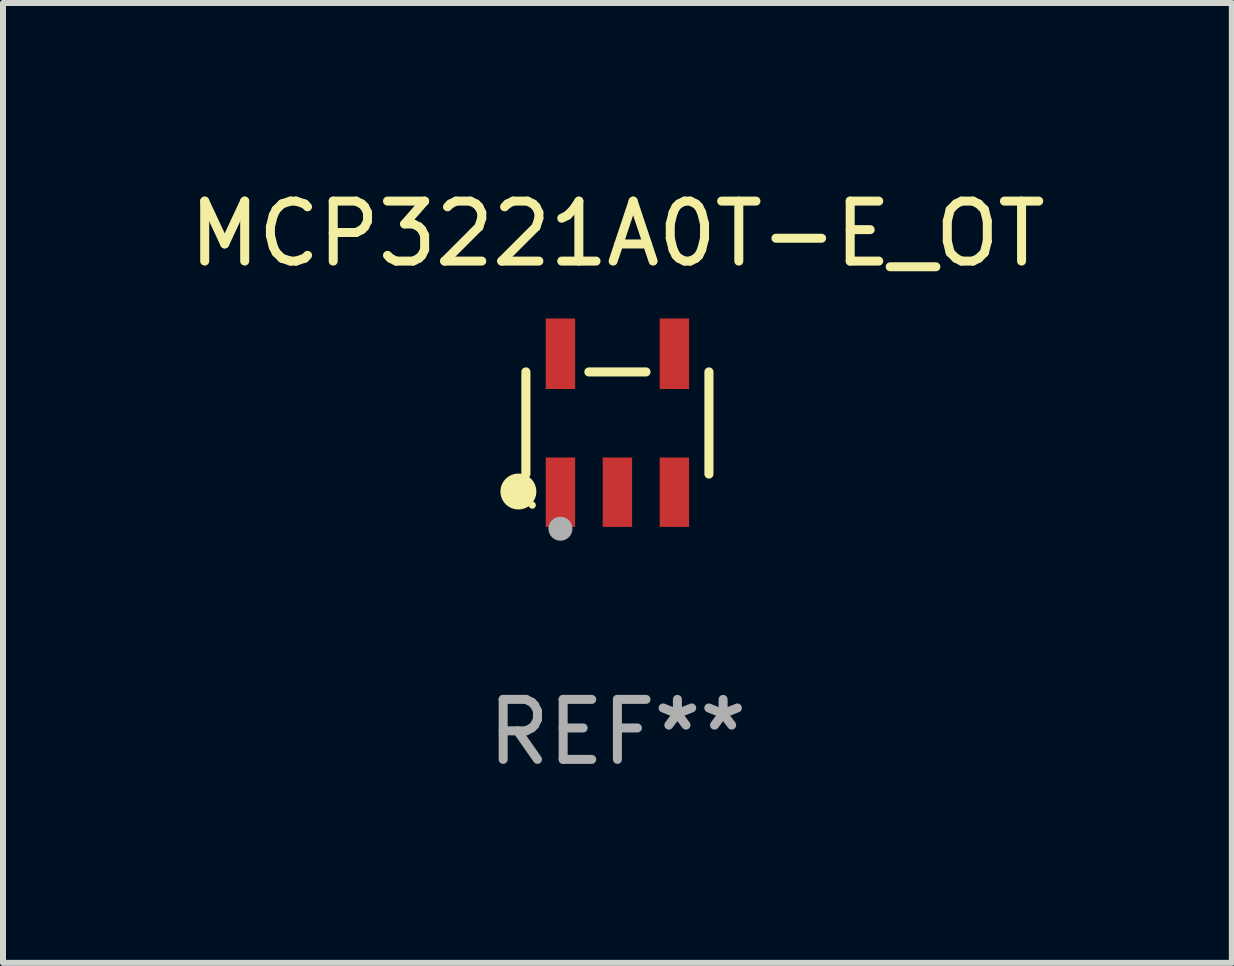
<source format=kicad_pcb>
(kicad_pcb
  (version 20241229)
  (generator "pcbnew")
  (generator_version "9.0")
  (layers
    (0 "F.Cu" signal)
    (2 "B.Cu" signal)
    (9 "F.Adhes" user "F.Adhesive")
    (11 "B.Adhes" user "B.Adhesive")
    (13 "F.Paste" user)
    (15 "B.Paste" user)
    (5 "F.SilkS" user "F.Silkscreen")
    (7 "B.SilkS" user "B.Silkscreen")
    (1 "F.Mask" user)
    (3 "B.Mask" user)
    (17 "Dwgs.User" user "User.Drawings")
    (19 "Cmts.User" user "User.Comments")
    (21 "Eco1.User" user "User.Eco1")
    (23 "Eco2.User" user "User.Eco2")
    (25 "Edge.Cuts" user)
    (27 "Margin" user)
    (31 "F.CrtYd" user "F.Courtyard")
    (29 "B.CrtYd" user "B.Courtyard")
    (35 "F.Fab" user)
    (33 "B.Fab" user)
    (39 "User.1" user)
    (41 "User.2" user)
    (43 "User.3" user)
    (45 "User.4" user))
  (footprint "MCP3221A0T-E_OT"
    (layer "F.Cu")
    (at 7.244 4.002)
    (property "Reference" "MCP3221A0T-E_OT" (at 0 -3.154 0) (layer "F.SilkS") (effects (font (size 1 1) (thickness 0.15))))
    (attr through_hole)
    (fp_line (start -1.526 0.851) (end -1.526 -0.851) (stroke (width 0.152) (type solid)) (layer "F.SilkS"))
    (fp_line (start 0.476 -0.851) (end -0.476 -0.851) (stroke (width 0.152) (type solid)) (layer "F.SilkS"))
    (fp_line (start 1.526 0.851) (end 1.526 -0.851) (stroke (width 0.152) (type solid)) (layer "F.SilkS"))
    (fp_circle (center -1.651 1.143) (end -1.501 1.143) (stroke (width 0.3) (type solid)) (fill no) (layer "F.SilkS"))
    (fp_circle (center -1.42 1.37) (end -1.39 1.37) (stroke (width 0.06) (type solid)) (fill no) (layer "F.SilkS"))
    (fp_circle (center -0.95 1.763) (end -0.85 1.763) (stroke (width 0.2) (type solid)) (fill no) (layer "F.Fab"))
    (fp_text user "REF**" (at 0 5.154 0) (layer "F.Fab") (effects (font (size 1 1) (thickness 0.15))))
    (pad "1" smd rect (at -0.95 1.154) (size 0.49 1.157) (layers "F.Cu" "F.Mask" "F.Paste"))
    (pad "2" smd rect (at 0 1.154) (size 0.49 1.157) (layers "F.Cu" "F.Mask" "F.Paste"))
    (pad "3" smd rect (at 0.95 1.154) (size 0.49 1.157) (layers "F.Cu" "F.Mask" "F.Paste"))
    (pad "4" smd rect (at 0.95 -1.154) (size 0.49 1.175) (layers "F.Cu" "F.Mask" "F.Paste"))
    (pad "5" smd rect (at -0.95 -1.154) (size 0.49 1.175) (layers "F.Cu" "F.Mask" "F.Paste")))
  (gr_rect
    (start -3 -3)
    (end 17.488 13.004)
    (stroke (width 0.1) (type default))
    (fill no)
    (layer "Edge.Cuts")))
</source>
